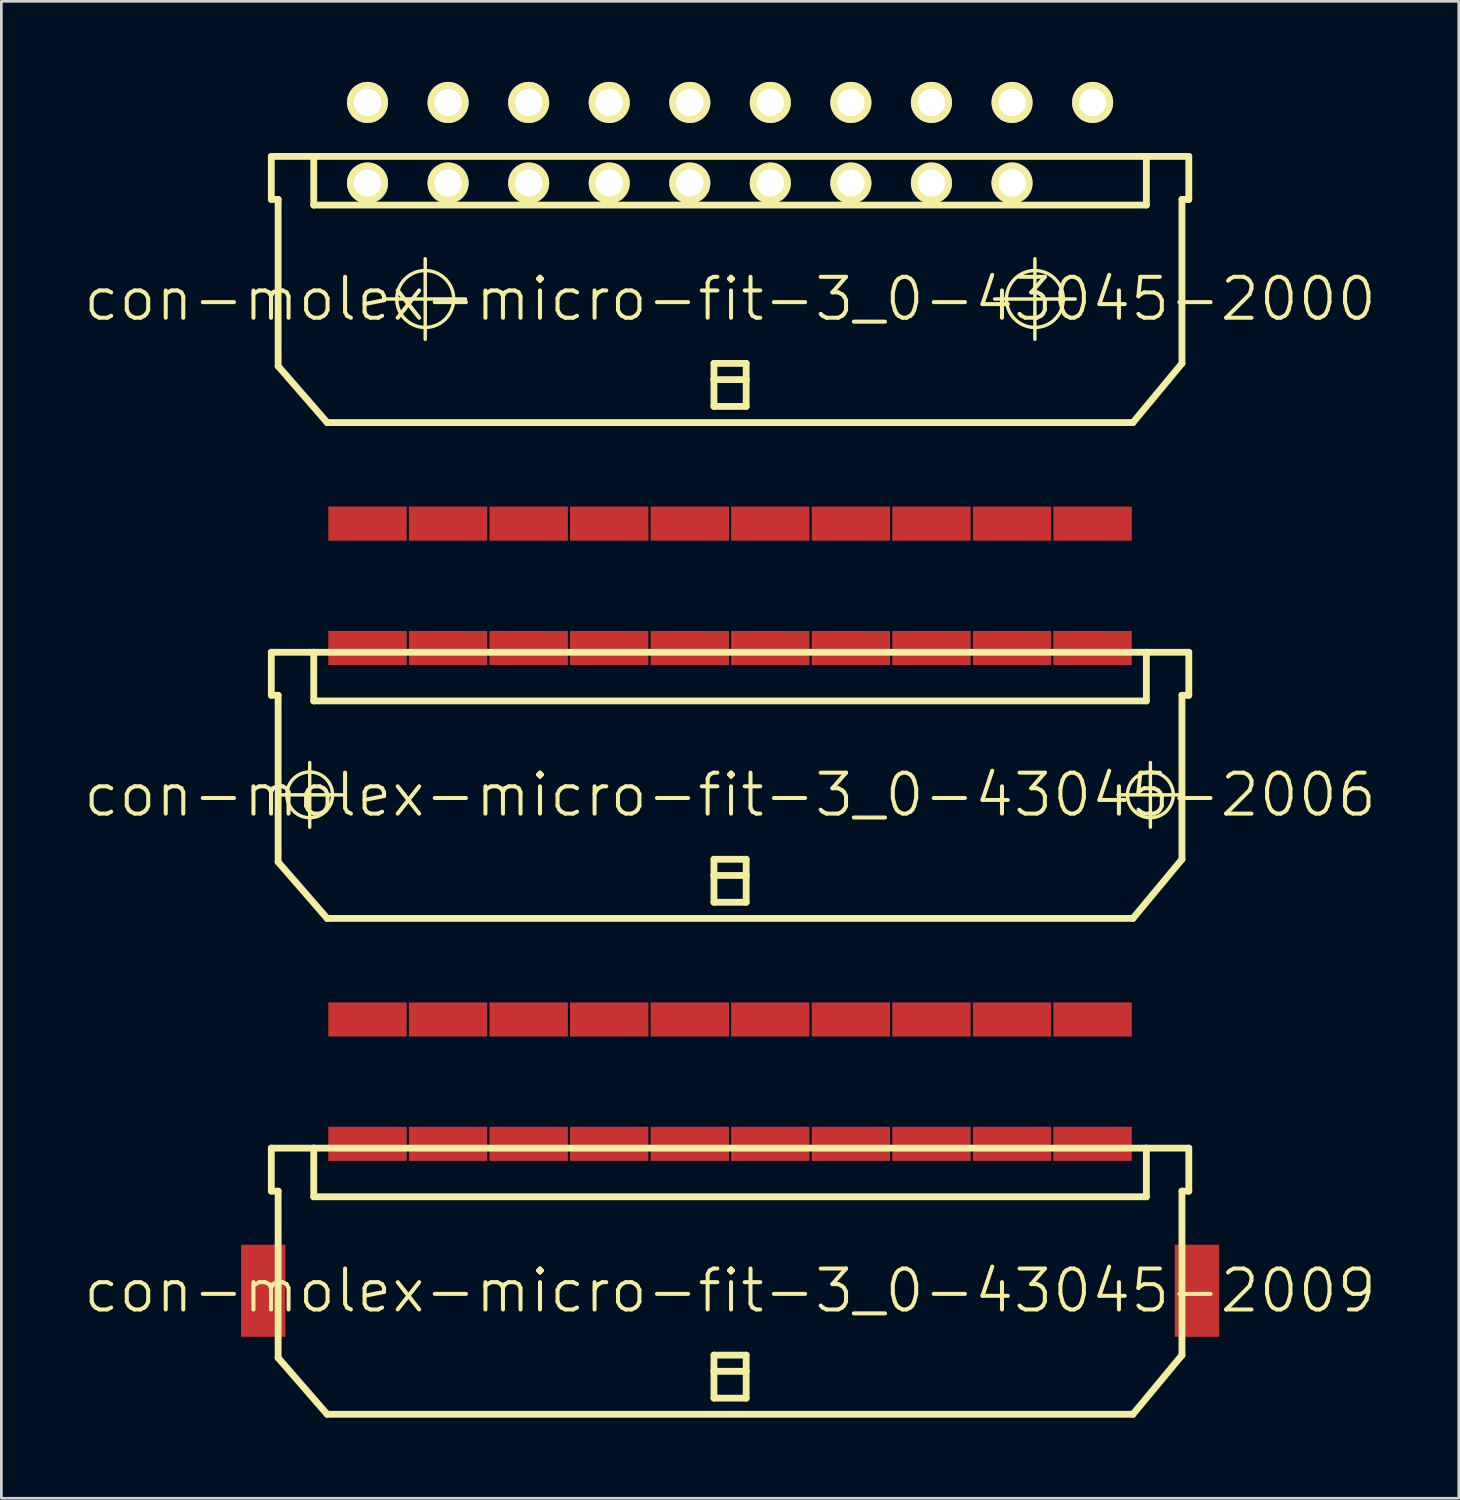
<source format=kicad_pcb>
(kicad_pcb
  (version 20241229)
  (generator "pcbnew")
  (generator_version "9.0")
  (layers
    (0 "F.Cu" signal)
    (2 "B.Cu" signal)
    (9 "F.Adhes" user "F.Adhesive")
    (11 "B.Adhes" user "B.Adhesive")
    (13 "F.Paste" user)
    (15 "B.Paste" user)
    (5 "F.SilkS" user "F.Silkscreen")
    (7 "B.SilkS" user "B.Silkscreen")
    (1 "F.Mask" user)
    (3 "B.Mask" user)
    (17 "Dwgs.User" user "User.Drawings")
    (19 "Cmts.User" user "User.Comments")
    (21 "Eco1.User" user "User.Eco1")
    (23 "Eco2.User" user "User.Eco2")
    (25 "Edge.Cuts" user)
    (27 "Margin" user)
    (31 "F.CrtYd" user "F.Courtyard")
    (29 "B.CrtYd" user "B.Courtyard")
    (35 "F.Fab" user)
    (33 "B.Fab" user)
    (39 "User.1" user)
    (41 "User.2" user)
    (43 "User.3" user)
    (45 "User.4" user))
  (footprint "con-molex-micro-fit-3_0-43045-2000"
    (layer "F.Cu")
    (at 24.13 8.082)
    (property "Reference" "con-molex-micro-fit-3_0-43045-2000" (at 0 0 0) (layer "F.SilkS") (effects (font (size 1.524 1.524) (thickness 0.15))))
    (attr exclude_from_pos_files exclude_from_bom)
    (fp_line (start -17.079 -5.309) (end -17.079 -3.708) (stroke (width 0.254) (type solid)) (layer "F.SilkS"))
    (fp_line (start -17.079 -3.708) (end -16.825 -3.708) (stroke (width 0.254) (type solid)) (layer "F.SilkS"))
    (fp_line (start -16.825 2.499) (end -16.825 -3.708) (stroke (width 0.254) (type solid)) (layer "F.SilkS"))
    (fp_line (start -16.825 2.499) (end -14.999 4.6) (stroke (width 0.254) (type solid)) (layer "F.SilkS"))
    (fp_line (start -15.499 -5.309) (end -17.079 -5.309) (stroke (width 0.254) (type solid)) (layer "F.SilkS"))
    (fp_line (start -15.499 -5.309) (end -15.499 -3.498) (stroke (width 0.254) (type solid)) (layer "F.SilkS"))
    (fp_line (start -15.499 -5.309) (end 15.499 -5.309) (stroke (width 0.254) (type solid)) (layer "F.SilkS"))
    (fp_line (start -15.499 -3.498) (end 15.499 -3.498) (stroke (width 0.254) (type solid)) (layer "F.SilkS"))
    (fp_line (start -12.85 0) (end -9.848 0) (stroke (width 0.127) (type solid)) (layer "F.SilkS"))
    (fp_line (start -11.349 1.499) (end -11.349 -1.499) (stroke (width 0.127) (type solid)) (layer "F.SilkS"))
    (fp_line (start -4.829 -5.309) (end -15.499 -5.309) (stroke (width 0.127) (type solid)) (layer "F.SilkS"))
    (fp_line (start -4.823 -5.309) (end -15.499 -5.309) (stroke (width 0.127) (type solid)) (layer "F.SilkS"))
    (fp_line (start -0.599 2.398) (end 0.599 2.398) (stroke (width 0.254) (type solid)) (layer "F.SilkS"))
    (fp_line (start -0.599 3) (end -0.599 2.398) (stroke (width 0.254) (type solid)) (layer "F.SilkS"))
    (fp_line (start -0.599 3) (end 0.599 3) (stroke (width 0.254) (type solid)) (layer "F.SilkS"))
    (fp_line (start -0.599 3.998) (end -0.599 3) (stroke (width 0.254) (type solid)) (layer "F.SilkS"))
    (fp_line (start 0.599 2.398) (end 0.599 3) (stroke (width 0.254) (type solid)) (layer "F.SilkS"))
    (fp_line (start 0.599 3) (end 0.599 3.998) (stroke (width 0.254) (type solid)) (layer "F.SilkS"))
    (fp_line (start 0.599 3.998) (end -0.599 3.998) (stroke (width 0.254) (type solid)) (layer "F.SilkS"))
    (fp_line (start 9.848 0) (end 12.85 0) (stroke (width 0.127) (type solid)) (layer "F.SilkS"))
    (fp_line (start 11.349 1.499) (end 11.349 -1.499) (stroke (width 0.127) (type solid)) (layer "F.SilkS"))
    (fp_line (start 14.999 4.6) (end -14.999 4.6) (stroke (width 0.254) (type solid)) (layer "F.SilkS"))
    (fp_line (start 15.499 -5.309) (end 17.079 -5.309) (stroke (width 0.254) (type solid)) (layer "F.SilkS"))
    (fp_line (start 15.499 -3.498) (end 15.499 -5.309) (stroke (width 0.254) (type solid)) (layer "F.SilkS"))
    (fp_line (start 16.825 -3.708) (end 16.825 2.398) (stroke (width 0.254) (type solid)) (layer "F.SilkS"))
    (fp_line (start 16.825 2.398) (end 14.999 4.6) (stroke (width 0.254) (type solid)) (layer "F.SilkS"))
    (fp_line (start 17.079 -5.309) (end 17.079 -3.708) (stroke (width 0.254) (type solid)) (layer "F.SilkS"))
    (fp_line (start 17.079 -3.708) (end 16.825 -3.708) (stroke (width 0.254) (type solid)) (layer "F.SilkS"))
    (fp_circle (center -11.349 0) (end -12.098 0.749) (stroke (width 0.127) (type solid)) (fill no) (layer "F.SilkS"))
    (fp_circle (center 11.349 0) (end 12.098 0.749) (stroke (width 0.127) (type solid)) (fill no) (layer "F.SilkS"))
    (pad "P$1" thru_hole rect (at 13.498 -4.318) (size 0.001 0.001) (drill 1.019) (layers "*.Cu" "F.Mask" "F.SilkS" "F.Paste"))
    (pad "P$2" thru_hole circle (at 10.498 -4.318) (size 1.529 1.529) (drill 1.019) (layers "*.Cu" "F.Mask" "F.SilkS" "F.Paste"))
    (pad "P$3" thru_hole circle (at 7.498 -4.318) (size 1.529 1.529) (drill 1.019) (layers "*.Cu" "F.Mask" "F.SilkS" "F.Paste"))
    (pad "P$4" thru_hole circle (at 4.498 -4.318) (size 1.529 1.529) (drill 1.019) (layers "*.Cu" "F.Mask" "F.SilkS" "F.Paste"))
    (pad "P$5" thru_hole circle (at 1.499 -4.318) (size 1.529 1.529) (drill 1.019) (layers "*.Cu" "F.Mask" "F.SilkS" "F.Paste"))
    (pad "P$6" thru_hole circle (at -1.499 -4.318) (size 1.529 1.529) (drill 1.019) (layers "*.Cu" "F.Mask" "F.SilkS" "F.Paste"))
    (pad "P$7" thru_hole circle (at -4.498 -4.318) (size 1.529 1.529) (drill 1.019) (layers "*.Cu" "F.Mask" "F.SilkS" "F.Paste"))
    (pad "P$8" thru_hole circle (at -7.498 -4.318) (size 1.529 1.529) (drill 1.019) (layers "*.Cu" "F.Mask" "F.SilkS" "F.Paste"))
    (pad "P$9" thru_hole circle (at -10.498 -4.318) (size 1.529 1.529) (drill 1.019) (layers "*.Cu" "F.Mask" "F.SilkS" "F.Paste"))
    (pad "P$10" thru_hole circle (at -13.498 -4.318) (size 1.529 1.529) (drill 1.019) (layers "*.Cu" "F.Mask" "F.SilkS" "F.Paste"))
    (pad "P$11" thru_hole circle (at 13.498 -7.318) (size 1.529 1.529) (drill 1.019) (layers "*.Cu" "F.Mask" "F.SilkS" "F.Paste"))
    (pad "P$12" thru_hole circle (at 10.498 -7.318) (size 1.529 1.529) (drill 1.019) (layers "*.Cu" "F.Mask" "F.SilkS" "F.Paste"))
    (pad "P$13" thru_hole circle (at 7.498 -7.318) (size 1.529 1.529) (drill 1.019) (layers "*.Cu" "F.Mask" "F.SilkS" "F.Paste"))
    (pad "P$14" thru_hole circle (at 4.498 -7.318) (size 1.529 1.529) (drill 1.019) (layers "*.Cu" "F.Mask" "F.SilkS" "F.Paste"))
    (pad "P$15" thru_hole circle (at 1.499 -7.318) (size 1.529 1.529) (drill 1.019) (layers "*.Cu" "F.Mask" "F.SilkS" "F.Paste"))
    (pad "P$16" thru_hole circle (at -1.499 -7.318) (size 1.529 1.529) (drill 1.019) (layers "*.Cu" "F.Mask" "F.SilkS" "F.Paste"))
    (pad "P$17" thru_hole circle (at -4.498 -7.318) (size 1.529 1.529) (drill 1.019) (layers "*.Cu" "F.Mask" "F.SilkS" "F.Paste"))
    (pad "P$18" thru_hole circle (at -7.498 -7.318) (size 1.529 1.529) (drill 1.019) (layers "*.Cu" "F.Mask" "F.SilkS" "F.Paste"))
    (pad "P$19" thru_hole circle (at -10.498 -7.318) (size 1.529 1.529) (drill 1.019) (layers "*.Cu" "F.Mask" "F.SilkS" "F.Paste"))
    (pad "P$20" thru_hole circle (at -13.498 -7.318) (size 1.529 1.529) (drill 1.019) (layers "*.Cu" "F.Mask" "F.SilkS" "F.Paste")))
  (footprint "con-molex-micro-fit-3_0-43045-2009"
    (layer "F.Cu")
    (at 24.13 45.004)
    (property "Reference" "con-molex-micro-fit-3_0-43045-2009" (at 0 0 0) (layer "F.SilkS") (effects (font (size 1.524 1.524) (thickness 0.15))))
    (attr smd)
    (fp_line (start -17.079 -5.309) (end -17.079 -3.708) (stroke (width 0.254) (type solid)) (layer "F.SilkS"))
    (fp_line (start -17.079 -3.708) (end -16.825 -3.708) (stroke (width 0.254) (type solid)) (layer "F.SilkS"))
    (fp_line (start -16.825 2.499) (end -16.825 -3.708) (stroke (width 0.254) (type solid)) (layer "F.SilkS"))
    (fp_line (start -16.825 2.499) (end -14.999 4.6) (stroke (width 0.254) (type solid)) (layer "F.SilkS"))
    (fp_line (start -15.499 -5.309) (end -17.079 -5.309) (stroke (width 0.254) (type solid)) (layer "F.SilkS"))
    (fp_line (start -15.499 -5.309) (end -15.499 -3.498) (stroke (width 0.254) (type solid)) (layer "F.SilkS"))
    (fp_line (start -15.499 -5.309) (end 15.499 -5.309) (stroke (width 0.254) (type solid)) (layer "F.SilkS"))
    (fp_line (start -15.499 -3.498) (end 15.499 -3.498) (stroke (width 0.254) (type solid)) (layer "F.SilkS"))
    (fp_line (start -4.829 -5.309) (end -15.499 -5.309) (stroke (width 0.127) (type solid)) (layer "F.SilkS"))
    (fp_line (start -4.823 -5.309) (end -15.499 -5.309) (stroke (width 0.127) (type solid)) (layer "F.SilkS"))
    (fp_line (start -0.599 2.398) (end 0.599 2.398) (stroke (width 0.254) (type solid)) (layer "F.SilkS"))
    (fp_line (start -0.599 3) (end -0.599 2.398) (stroke (width 0.254) (type solid)) (layer "F.SilkS"))
    (fp_line (start -0.599 3) (end 0.599 3) (stroke (width 0.254) (type solid)) (layer "F.SilkS"))
    (fp_line (start -0.599 3.998) (end -0.599 3) (stroke (width 0.254) (type solid)) (layer "F.SilkS"))
    (fp_line (start 0.599 2.398) (end 0.599 3) (stroke (width 0.254) (type solid)) (layer "F.SilkS"))
    (fp_line (start 0.599 3) (end 0.599 3.998) (stroke (width 0.254) (type solid)) (layer "F.SilkS"))
    (fp_line (start 0.599 3.998) (end -0.599 3.998) (stroke (width 0.254) (type solid)) (layer "F.SilkS"))
    (fp_line (start 14.999 4.6) (end -14.999 4.6) (stroke (width 0.254) (type solid)) (layer "F.SilkS"))
    (fp_line (start 15.499 -5.309) (end 17.079 -5.309) (stroke (width 0.254) (type solid)) (layer "F.SilkS"))
    (fp_line (start 15.499 -3.498) (end 15.499 -5.309) (stroke (width 0.254) (type solid)) (layer "F.SilkS"))
    (fp_line (start 16.825 -3.708) (end 16.825 2.398) (stroke (width 0.254) (type solid)) (layer "F.SilkS"))
    (fp_line (start 16.825 2.398) (end 14.999 4.6) (stroke (width 0.254) (type solid)) (layer "F.SilkS"))
    (fp_line (start 17.079 -5.309) (end 17.079 -3.708) (stroke (width 0.254) (type solid)) (layer "F.SilkS"))
    (fp_line (start 17.079 -3.708) (end 16.825 -3.708) (stroke (width 0.254) (type solid)) (layer "F.SilkS"))
    (pad "P$1" smd rect (at 13.498 -5.469) (size 2.918 1.27) (layers "F.Cu" "F.Mask" "F.Paste"))
    (pad "P$2" smd rect (at 10.498 -5.469) (size 2.918 1.27) (layers "F.Cu" "F.Mask" "F.Paste"))
    (pad "P$3" smd rect (at 7.498 -5.469) (size 2.918 1.27) (layers "F.Cu" "F.Mask" "F.Paste"))
    (pad "P$4" smd rect (at 4.498 -5.469) (size 2.918 1.27) (layers "F.Cu" "F.Mask" "F.Paste"))
    (pad "P$5" smd rect (at 1.499 -5.469) (size 2.918 1.27) (layers "F.Cu" "F.Mask" "F.Paste"))
    (pad "P$6" smd rect (at -1.499 -5.469) (size 2.918 1.27) (layers "F.Cu" "F.Mask" "F.Paste"))
    (pad "P$7" smd rect (at -4.498 -5.469) (size 2.918 1.27) (layers "F.Cu" "F.Mask" "F.Paste"))
    (pad "P$8" smd rect (at -7.498 -5.469) (size 2.918 1.27) (layers "F.Cu" "F.Mask" "F.Paste"))
    (pad "P$9" smd rect (at -10.498 -5.469) (size 2.918 1.27) (layers "F.Cu" "F.Mask" "F.Paste"))
    (pad "P$10" smd rect (at -13.498 -5.469) (size 2.918 1.27) (layers "F.Cu" "F.Mask" "F.Paste"))
    (pad "P$11" smd rect (at 13.498 -10.099) (size 2.918 1.27) (layers "F.Cu" "F.Mask" "F.Paste"))
    (pad "P$12" smd rect (at 10.498 -10.099) (size 2.918 1.27) (layers "F.Cu" "F.Mask" "F.Paste"))
    (pad "P$13" smd rect (at 7.498 -10.099) (size 2.918 1.27) (layers "F.Cu" "F.Mask" "F.Paste"))
    (pad "P$14" smd rect (at 4.498 -10.099) (size 2.918 1.27) (layers "F.Cu" "F.Mask" "F.Paste"))
    (pad "P$15" smd rect (at 1.499 -10.099) (size 2.918 1.27) (layers "F.Cu" "F.Mask" "F.Paste"))
    (pad "P$16" smd rect (at -1.499 -10.099) (size 2.918 1.27) (layers "F.Cu" "F.Mask" "F.Paste"))
    (pad "P$17" smd rect (at -4.498 -10.099) (size 2.918 1.27) (layers "F.Cu" "F.Mask" "F.Paste"))
    (pad "P$18" smd rect (at -7.498 -10.099) (size 2.918 1.27) (layers "F.Cu" "F.Mask" "F.Paste"))
    (pad "P$19" smd rect (at -10.498 -10.099) (size 2.918 1.27) (layers "F.Cu" "F.Mask" "F.Paste"))
    (pad "P$20" smd rect (at -13.498 -10.099) (size 2.918 1.27) (layers "F.Cu" "F.Mask" "F.Paste"))
    (pad "TAB1" smd rect (at -17.379 0) (size 1.648 3.429) (layers "F.Cu" "F.Mask" "F.Paste"))
    (pad "TAB2" smd rect (at 17.379 0) (size 1.648 3.429) (layers "F.Cu" "F.Mask" "F.Paste")))
  (footprint "con-molex-micro-fit-3_0-43045-2006"
    (layer "F.Cu")
    (at 24.13 26.543)
    (property "Reference" "con-molex-micro-fit-3_0-43045-2006" (at 0 0 0) (layer "F.SilkS") (effects (font (size 1.524 1.524) (thickness 0.15))))
    (attr smd)
    (fp_line (start -17.079 -5.309) (end -17.079 -3.708) (stroke (width 0.254) (type solid)) (layer "F.SilkS"))
    (fp_line (start -17.079 -3.708) (end -16.825 -3.708) (stroke (width 0.254) (type solid)) (layer "F.SilkS"))
    (fp_line (start -16.853 0) (end -14.445 0) (stroke (width 0.127) (type solid)) (layer "F.SilkS"))
    (fp_line (start -16.825 2.499) (end -16.825 -3.708) (stroke (width 0.254) (type solid)) (layer "F.SilkS"))
    (fp_line (start -16.825 2.499) (end -14.999 4.6) (stroke (width 0.254) (type solid)) (layer "F.SilkS"))
    (fp_line (start -15.649 1.204) (end -15.649 -1.204) (stroke (width 0.127) (type solid)) (layer "F.SilkS"))
    (fp_line (start -15.499 -5.309) (end -17.079 -5.309) (stroke (width 0.254) (type solid)) (layer "F.SilkS"))
    (fp_line (start -15.499 -5.309) (end -15.499 -3.498) (stroke (width 0.254) (type solid)) (layer "F.SilkS"))
    (fp_line (start -15.499 -5.309) (end 15.499 -5.309) (stroke (width 0.254) (type solid)) (layer "F.SilkS"))
    (fp_line (start -15.499 -3.498) (end 15.499 -3.498) (stroke (width 0.254) (type solid)) (layer "F.SilkS"))
    (fp_line (start -4.829 -5.309) (end -15.499 -5.309) (stroke (width 0.127) (type solid)) (layer "F.SilkS"))
    (fp_line (start -4.823 -5.309) (end -15.499 -5.309) (stroke (width 0.127) (type solid)) (layer "F.SilkS"))
    (fp_line (start -0.599 2.398) (end 0.599 2.398) (stroke (width 0.254) (type solid)) (layer "F.SilkS"))
    (fp_line (start -0.599 3) (end -0.599 2.398) (stroke (width 0.254) (type solid)) (layer "F.SilkS"))
    (fp_line (start -0.599 3) (end 0.599 3) (stroke (width 0.254) (type solid)) (layer "F.SilkS"))
    (fp_line (start -0.599 3.998) (end -0.599 3) (stroke (width 0.254) (type solid)) (layer "F.SilkS"))
    (fp_line (start 0.599 2.398) (end 0.599 3) (stroke (width 0.254) (type solid)) (layer "F.SilkS"))
    (fp_line (start 0.599 3) (end 0.599 3.998) (stroke (width 0.254) (type solid)) (layer "F.SilkS"))
    (fp_line (start 0.599 3.998) (end -0.599 3.998) (stroke (width 0.254) (type solid)) (layer "F.SilkS"))
    (fp_line (start 14.445 0) (end 16.853 0) (stroke (width 0.127) (type solid)) (layer "F.SilkS"))
    (fp_line (start 14.999 4.6) (end -14.999 4.6) (stroke (width 0.254) (type solid)) (layer "F.SilkS"))
    (fp_line (start 15.499 -5.309) (end 17.079 -5.309) (stroke (width 0.254) (type solid)) (layer "F.SilkS"))
    (fp_line (start 15.499 -3.498) (end 15.499 -5.309) (stroke (width 0.254) (type solid)) (layer "F.SilkS"))
    (fp_line (start 15.649 1.204) (end 15.649 -1.204) (stroke (width 0.127) (type solid)) (layer "F.SilkS"))
    (fp_line (start 16.825 -3.708) (end 16.825 2.398) (stroke (width 0.254) (type solid)) (layer "F.SilkS"))
    (fp_line (start 16.825 2.398) (end 14.999 4.6) (stroke (width 0.254) (type solid)) (layer "F.SilkS"))
    (fp_line (start 17.079 -5.309) (end 17.079 -3.708) (stroke (width 0.254) (type solid)) (layer "F.SilkS"))
    (fp_line (start 17.079 -3.708) (end 16.825 -3.708) (stroke (width 0.254) (type solid)) (layer "F.SilkS"))
    (fp_circle (center -15.649 0) (end -16.251 0.602) (stroke (width 0.127) (type solid)) (fill no) (layer "F.SilkS"))
    (fp_circle (center 15.649 0) (end 16.251 0.602) (stroke (width 0.127) (type solid)) (fill no) (layer "F.SilkS"))
    (pad "P$1" smd rect (at 13.498 -5.469) (size 2.918 1.27) (layers "F.Cu" "F.Mask" "F.Paste"))
    (pad "P$2" smd rect (at 10.498 -5.469) (size 2.918 1.27) (layers "F.Cu" "F.Mask" "F.Paste"))
    (pad "P$3" smd rect (at 7.498 -5.469) (size 2.918 1.27) (layers "F.Cu" "F.Mask" "F.Paste"))
    (pad "P$4" smd rect (at 4.498 -5.469) (size 2.918 1.27) (layers "F.Cu" "F.Mask" "F.Paste"))
    (pad "P$5" smd rect (at 1.499 -5.469) (size 2.918 1.27) (layers "F.Cu" "F.Mask" "F.Paste"))
    (pad "P$6" smd rect (at -1.499 -5.469) (size 2.918 1.27) (layers "F.Cu" "F.Mask" "F.Paste"))
    (pad "P$7" smd rect (at -4.498 -5.469) (size 2.918 1.27) (layers "F.Cu" "F.Mask" "F.Paste"))
    (pad "P$8" smd rect (at -7.498 -5.469) (size 2.918 1.27) (layers "F.Cu" "F.Mask" "F.Paste"))
    (pad "P$9" smd rect (at -10.498 -5.469) (size 2.918 1.27) (layers "F.Cu" "F.Mask" "F.Paste"))
    (pad "P$10" smd rect (at -13.498 -5.469) (size 2.918 1.27) (layers "F.Cu" "F.Mask" "F.Paste"))
    (pad "P$11" smd rect (at 13.498 -10.099) (size 2.918 1.27) (layers "F.Cu" "F.Mask" "F.Paste"))
    (pad "P$12" smd rect (at 10.498 -10.099) (size 2.918 1.27) (layers "F.Cu" "F.Mask" "F.Paste"))
    (pad "P$13" smd rect (at 7.498 -10.099) (size 2.918 1.27) (layers "F.Cu" "F.Mask" "F.Paste"))
    (pad "P$14" smd rect (at 4.498 -10.099) (size 2.918 1.27) (layers "F.Cu" "F.Mask" "F.Paste"))
    (pad "P$15" smd rect (at 1.499 -10.099) (size 2.918 1.27) (layers "F.Cu" "F.Mask" "F.Paste"))
    (pad "P$16" smd rect (at -1.499 -10.099) (size 2.918 1.27) (layers "F.Cu" "F.Mask" "F.Paste"))
    (pad "P$17" smd rect (at -4.498 -10.099) (size 2.918 1.27) (layers "F.Cu" "F.Mask" "F.Paste"))
    (pad "P$18" smd rect (at -7.498 -10.099) (size 2.918 1.27) (layers "F.Cu" "F.Mask" "F.Paste"))
    (pad "P$19" smd rect (at -10.498 -10.099) (size 2.918 1.27) (layers "F.Cu" "F.Mask" "F.Paste"))
    (pad "P$20" smd rect (at -13.498 -10.099) (size 2.918 1.27) (layers "F.Cu" "F.Mask" "F.Paste")))
  (gr_rect
    (start -3 -3)
    (end 51.26 52.731)
    (stroke (width 0.1) (type default))
    (fill no)
    (layer "Edge.Cuts")))
</source>
